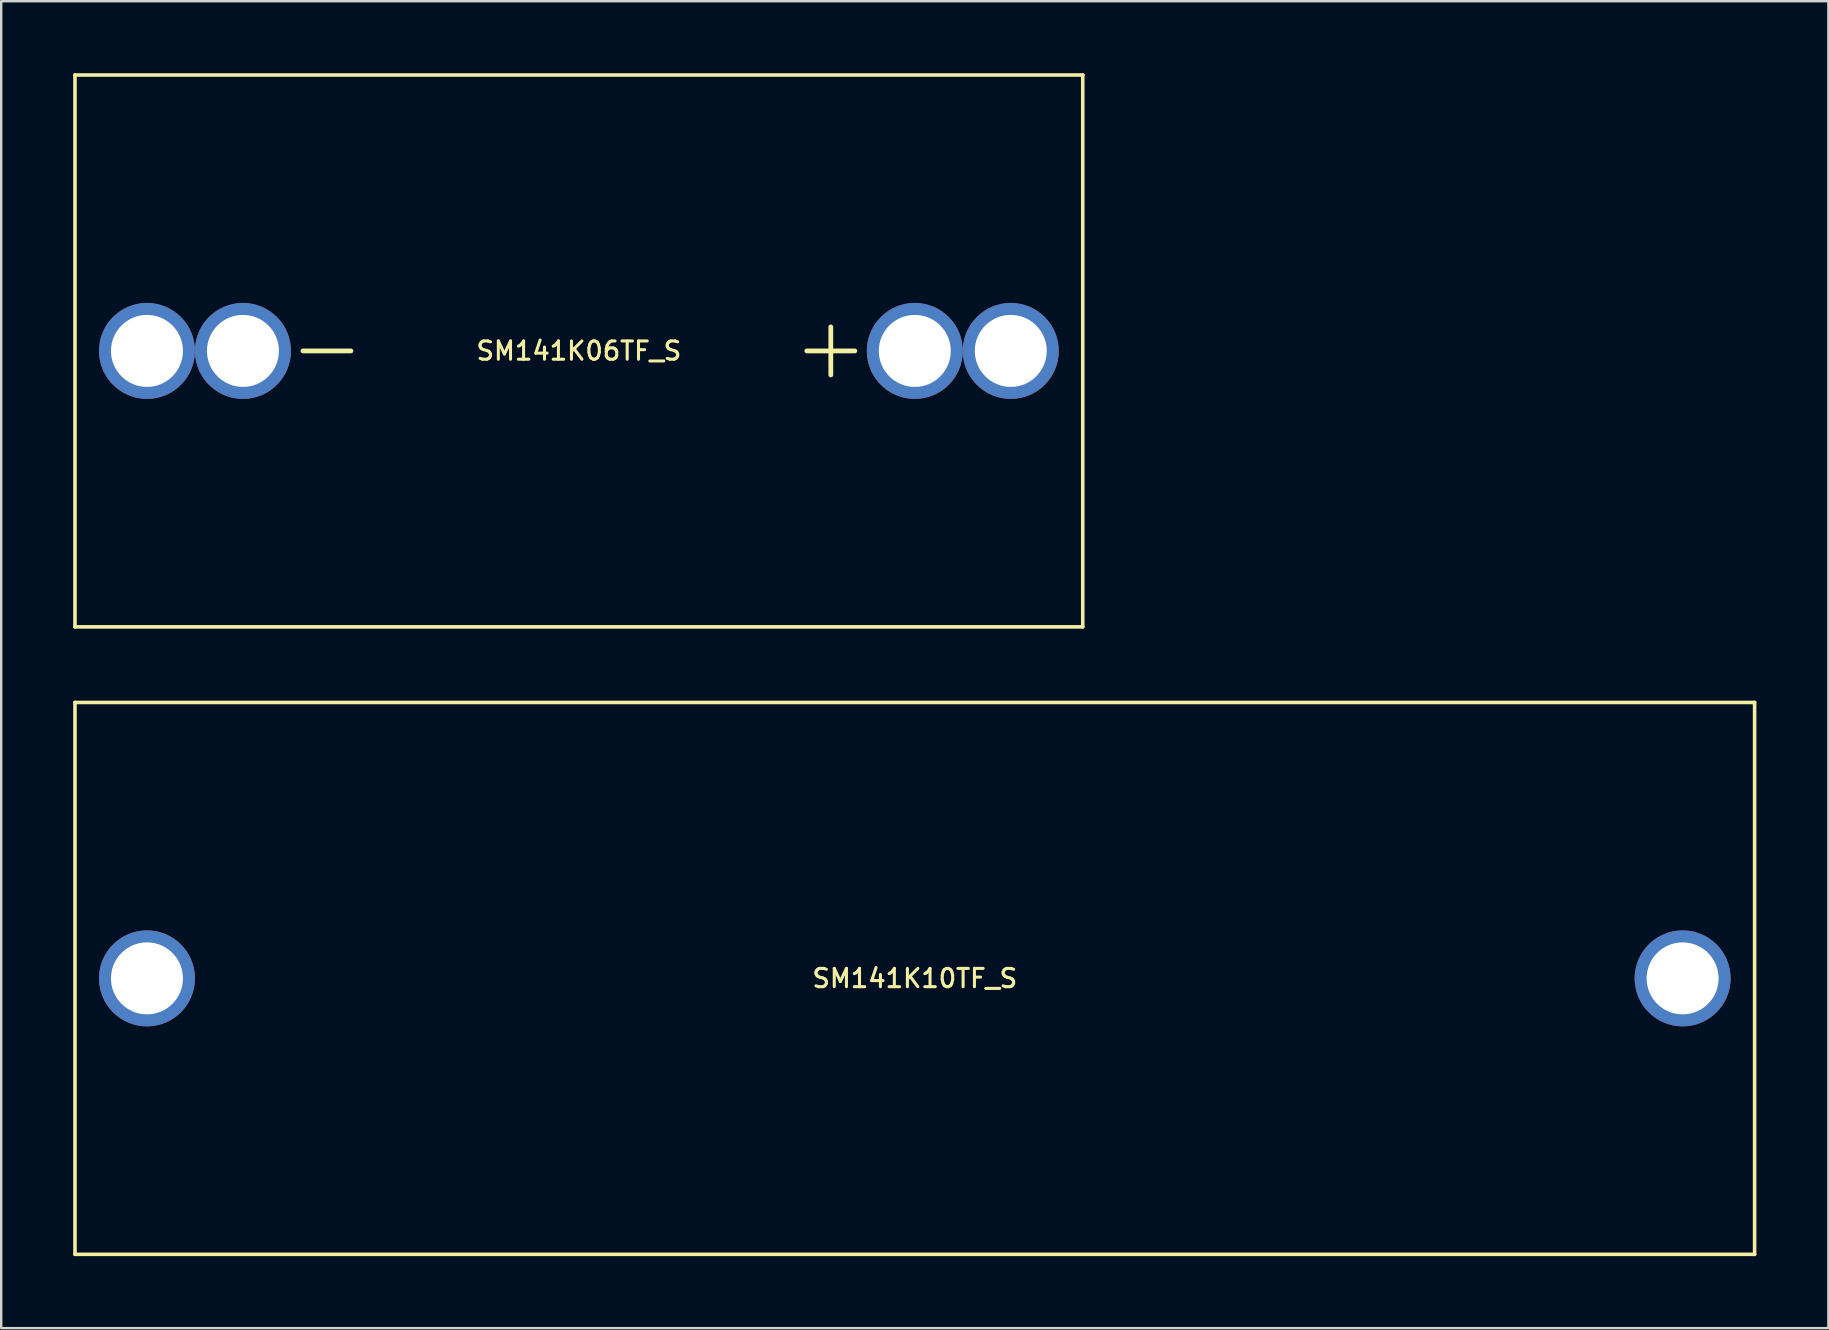
<source format=kicad_pcb>
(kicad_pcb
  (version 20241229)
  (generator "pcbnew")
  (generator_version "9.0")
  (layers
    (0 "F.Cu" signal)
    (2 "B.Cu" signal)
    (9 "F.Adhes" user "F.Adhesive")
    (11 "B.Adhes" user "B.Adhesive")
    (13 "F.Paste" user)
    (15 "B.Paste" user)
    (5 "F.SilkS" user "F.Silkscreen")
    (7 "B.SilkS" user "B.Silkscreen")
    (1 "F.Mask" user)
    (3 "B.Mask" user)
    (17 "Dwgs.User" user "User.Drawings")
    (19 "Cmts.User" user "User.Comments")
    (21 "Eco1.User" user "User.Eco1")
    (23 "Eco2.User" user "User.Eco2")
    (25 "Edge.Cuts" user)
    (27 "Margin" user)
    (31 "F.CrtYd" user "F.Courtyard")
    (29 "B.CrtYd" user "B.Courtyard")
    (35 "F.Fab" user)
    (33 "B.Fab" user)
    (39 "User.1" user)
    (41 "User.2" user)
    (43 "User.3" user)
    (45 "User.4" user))
  (footprint "SM141K06TF_S"
    (layer "F.Cu")
    (at 21.075 11.575)
    (property "Reference" "SM141K06TF_S" (at 0 0 0) (layer "F.SilkS") (effects (font (size 0.762 0.762) (thickness 0.127))))
    (attr through_hole)
    (fp_line (start -21 -11.5) (end -21 11.5) (stroke (width 0.15) (type solid)) (layer "F.SilkS"))
    (fp_line (start -21 -11.5) (end 21 -11.5) (stroke (width 0.15) (type solid)) (layer "F.SilkS"))
    (fp_line (start -21 11.5) (end 21 11.5) (stroke (width 0.15) (type solid)) (layer "F.SilkS"))
    (fp_line (start -9.5 0) (end -11.5 0) (stroke (width 0.2) (type solid)) (layer "F.SilkS"))
    (fp_line (start 9.5 0) (end 11.5 0) (stroke (width 0.2) (type solid)) (layer "F.SilkS"))
    (fp_line (start 10.5 -1) (end 10.5 1) (stroke (width 0.2) (type solid)) (layer "F.SilkS"))
    (fp_line (start 21 -11.5) (end 21 11.5) (stroke (width 0.15) (type solid)) (layer "F.SilkS"))
    (pad "1" thru_hole circle (at 14 0 45) (size 4 4) (drill 3) (layers "*.Cu" "*.Mask"))
    (pad "1" thru_hole circle (at 18 0) (size 4 4) (drill 3) (layers "*.Cu" "*.Mask"))
    (pad "2" thru_hole circle (at -18 0) (size 4 4) (drill 3) (layers "*.Cu" "*.Mask"))
    (pad "2" thru_hole circle (at -14 0) (size 4 4) (drill 3) (layers "*.Cu" "*.Mask")))
  (footprint "SM141K10TF_S"
    (layer "F.Cu")
    (at 35.075 37.725)
    (property "Reference" "SM141K10TF_S" (at 0 0 0) (layer "F.SilkS") (effects (font (size 0.762 0.762) (thickness 0.127))))
    (attr through_hole)
    (fp_line (start -35 -11.5) (end -35 11.5) (stroke (width 0.15) (type solid)) (layer "F.SilkS"))
    (fp_line (start -35 -11.5) (end 35 -11.5) (stroke (width 0.15) (type solid)) (layer "F.SilkS"))
    (fp_line (start -35 11.5) (end 35 11.5) (stroke (width 0.15) (type solid)) (layer "F.SilkS"))
    (fp_line (start 35 -11.5) (end 35 11.5) (stroke (width 0.15) (type solid)) (layer "F.SilkS"))
    (pad "1" thru_hole circle (at 32 0) (size 4 4) (drill 3) (layers "*.Cu" "*.Mask"))
    (pad "2" thru_hole circle (at -32 0) (size 4 4) (drill 3) (layers "*.Cu" "*.Mask")))
  (gr_rect
    (start -3 -3)
    (end 73.15 52.3)
    (stroke (width 0.1) (type default))
    (fill no)
    (layer "Edge.Cuts")))
</source>
